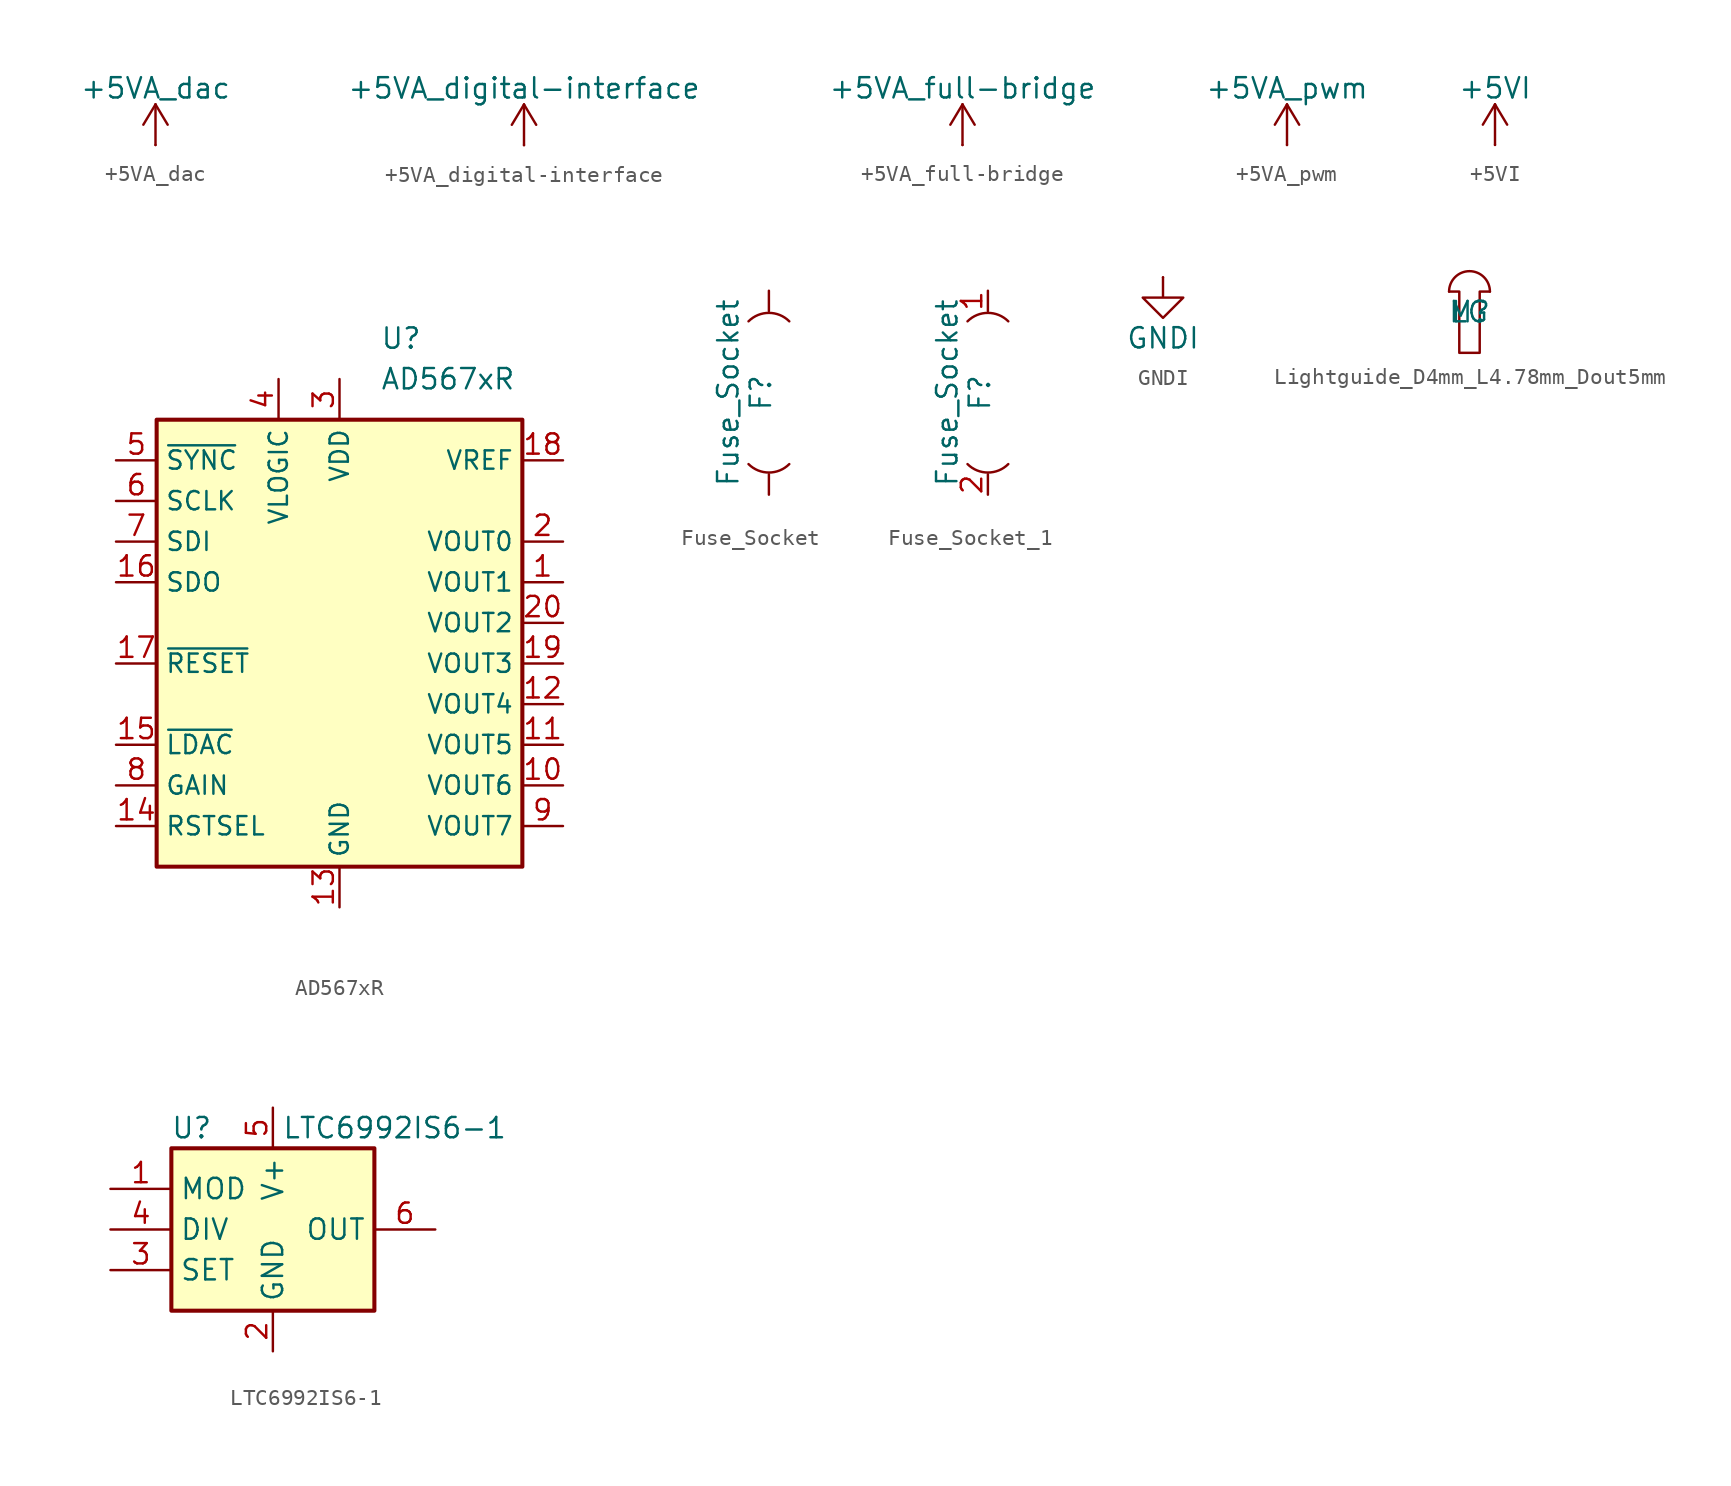
<source format=kicad_sym>
(kicad_symbol_lib
  (version 20231120)
  (generator "kicad_symbol_editor")
  (generator_version "8.0")
  (symbol "+5VA_dac"
    (power)
    (pin_numbers hide)
    (pin_names
      (offset 0) hide)
    (property "Reference" "#PWR"
      (at 0 -3.81 0)
      (effects (font (size 1.27 1.27)) (hide yes)))
    (property "Value" "+5VA_dac"
      (at 0 3.556 0)
      (effects (font (size 1.27 1.27))))
    (symbol "+5VA_dac_0_1"
      (polyline (pts (xy -0.762 1.27) (xy 0 2.54)) (stroke (width 0) (type default)) (fill (type none)))
      (polyline (pts (xy 0 0) (xy 0 2.54)) (stroke (width 0) (type default)) (fill (type none)))
      (polyline (pts (xy 0 2.54) (xy 0.762 1.27)) (stroke (width 0) (type default)) (fill (type none))))
    (symbol "+5VA_dac_1_1"
      (pin power_in line (at 0 0 90) (length 0) (name "~" (effects (font (size 1.27 1.27)))) (number "1" (effects (font (size 1.27 1.27)))))))
  (symbol "+5VA_digital-interface"
    (power)
    (pin_numbers hide)
    (pin_names
      (offset 0) hide)
    (property "Reference" "#PWR"
      (at 0 -3.81 0)
      (effects (font (size 1.27 1.27)) (hide yes)))
    (property "Value" "+5VA_digital-interface"
      (at 0 3.556 0)
      (effects (font (size 1.27 1.27))))
    (symbol "+5VA_digital-interface_0_1"
      (polyline (pts (xy -0.762 1.27) (xy 0 2.54)) (stroke (width 0) (type default)) (fill (type none)))
      (polyline (pts (xy 0 0) (xy 0 2.54)) (stroke (width 0) (type default)) (fill (type none)))
      (polyline (pts (xy 0 2.54) (xy 0.762 1.27)) (stroke (width 0) (type default)) (fill (type none))))
    (symbol "+5VA_digital-interface_1_1"
      (pin power_in line (at 0 0 90) (length 0) (name "~" (effects (font (size 1.27 1.27)))) (number "1" (effects (font (size 1.27 1.27)))))))
  (symbol "+5VA_full-bridge"
    (power)
    (pin_numbers hide)
    (pin_names
      (offset 0) hide)
    (property "Reference" "#PWR"
      (at 0 -3.81 0)
      (effects (font (size 1.27 1.27)) (hide yes)))
    (property "Value" "+5VA_full-bridge"
      (at 0 3.556 0)
      (effects (font (size 1.27 1.27))))
    (symbol "+5VA_full-bridge_0_1"
      (polyline (pts (xy -0.762 1.27) (xy 0 2.54)) (stroke (width 0) (type default)) (fill (type none)))
      (polyline (pts (xy 0 0) (xy 0 2.54)) (stroke (width 0) (type default)) (fill (type none)))
      (polyline (pts (xy 0 2.54) (xy 0.762 1.27)) (stroke (width 0) (type default)) (fill (type none))))
    (symbol "+5VA_full-bridge_1_1"
      (pin power_in line (at 0 0 90) (length 0) (name "~" (effects (font (size 1.27 1.27)))) (number "1" (effects (font (size 1.27 1.27)))))))
  (symbol "+5VA_pwm"
    (power)
    (pin_numbers hide)
    (pin_names
      (offset 0) hide)
    (property "Reference" "#PWR"
      (at 0 -3.81 0)
      (effects (font (size 1.27 1.27)) (hide yes)))
    (property "Value" "+5VA_pwm"
      (at 0 3.556 0)
      (effects (font (size 1.27 1.27))))
    (symbol "+5VA_pwm_0_1"
      (polyline (pts (xy -0.762 1.27) (xy 0 2.54)) (stroke (width 0) (type default)) (fill (type none)))
      (polyline (pts (xy 0 0) (xy 0 2.54)) (stroke (width 0) (type default)) (fill (type none)))
      (polyline (pts (xy 0 2.54) (xy 0.762 1.27)) (stroke (width 0) (type default)) (fill (type none))))
    (symbol "+5VA_pwm_1_1"
      (pin power_in line (at 0 0 90) (length 0) (name "~" (effects (font (size 1.27 1.27)))) (number "1" (effects (font (size 1.27 1.27)))))))
  (symbol "+5VI"
    (power)
    (pin_numbers hide)
    (pin_names
      (offset 0) hide)
    (property "Reference" "#PWR"
      (at 0 -3.81 0)
      (effects (font (size 1.27 1.27)) (hide yes)))
    (property "Value" "+5VI"
      (at 0 3.556 0)
      (effects (font (size 1.27 1.27))))
    (symbol "+5VI_0_1"
      (polyline (pts (xy -0.762 1.27) (xy 0 2.54)) (stroke (width 0) (type default)) (fill (type none)))
      (polyline (pts (xy 0 0) (xy 0 2.54)) (stroke (width 0) (type default)) (fill (type none)))
      (polyline (pts (xy 0 2.54) (xy 0.762 1.27)) (stroke (width 0) (type default)) (fill (type none))))
    (symbol "+5VI_1_1"
      (pin power_in line (at 0 0 90) (length 0) (name "~" (effects (font (size 1.27 1.27)))) (number "1" (effects (font (size 1.27 1.27)))))))
  (symbol "AD567xR"
    (property "Reference" "U"
      (at 2.54 19.05 0)
      (effects (font (size 1.27 1.27)) (justify left)))
    (property "Value" "AD567xR"
      (at 2.54 16.51 0)
      (effects (font (size 1.27 1.27)) (justify left)))
    (symbol "AD567xR_0_1"
      (rectangle (start -11.43 13.97) (end 11.43 -13.97) (stroke (width 0.254) (type default)) (fill (type background))))
    (symbol "AD567xR_1_0"
      (pin input line (at -13.97 -1.27 0) (length 2.54) (name "~{RESET}" (effects (font (size 1.143 1.143)))) (number "17" (effects (font (size 1.27 1.27)))))
      (pin bidirectional line (at 13.97 11.43 180) (length 2.54) (name "VREF" (effects (font (size 1.143 1.143)))) (number "18" (effects (font (size 1.27 1.27)))))
      (pin output line (at 13.97 -1.27 180) (length 2.54) (name "VOUT3" (effects (font (size 1.143 1.143)))) (number "19" (effects (font (size 1.27 1.27)))))
      (pin output line (at 13.97 1.27 180) (length 2.54) (name "VOUT2" (effects (font (size 1.143 1.143)))) (number "20" (effects (font (size 1.27 1.27))))))
    (symbol "AD567xR_1_1"
      (pin output line (at 13.97 3.81 180) (length 2.54) (name "VOUT1" (effects (font (size 1.143 1.143)))) (number "1" (effects (font (size 1.27 1.27)))))
      (pin output line (at 13.97 -8.89 180) (length 2.54) (name "VOUT6" (effects (font (size 1.143 1.143)))) (number "10" (effects (font (size 1.27 1.27)))))
      (pin output line (at 13.97 -6.35 180) (length 2.54) (name "VOUT5" (effects (font (size 1.143 1.143)))) (number "11" (effects (font (size 1.27 1.27)))))
      (pin output line (at 13.97 -3.81 180) (length 2.54) (name "VOUT4" (effects (font (size 1.143 1.143)))) (number "12" (effects (font (size 1.27 1.27)))))
      (pin power_in line (at 0 -16.51 90) (length 2.54) (name "GND" (effects (font (size 1.143 1.143)))) (number "13" (effects (font (size 1.27 1.27)))))
      (pin input line (at -13.97 -11.43 0) (length 2.54) (name "RSTSEL" (effects (font (size 1.143 1.143)))) (number "14" (effects (font (size 1.27 1.27)))))
      (pin input line (at -13.97 -6.35 0) (length 2.54) (name "~{LDAC}" (effects (font (size 1.143 1.143)))) (number "15" (effects (font (size 1.27 1.27)))))
      (pin output line (at -13.97 3.81 0) (length 2.54) (name "SDO" (effects (font (size 1.143 1.143)))) (number "16" (effects (font (size 1.27 1.27)))))
      (pin output line (at 13.97 6.35 180) (length 2.54) (name "VOUT0" (effects (font (size 1.143 1.143)))) (number "2" (effects (font (size 1.27 1.27)))))
      (pin power_in line (at 0 16.51 270) (length 2.54) (name "VDD" (effects (font (size 1.143 1.143)))) (number "3" (effects (font (size 1.27 1.27)))))
      (pin power_in line (at -3.81 16.51 270) (length 2.54) (name "VLOGIC" (effects (font (size 1.143 1.143)))) (number "4" (effects (font (size 1.27 1.27)))))
      (pin input line (at -13.97 11.43 0) (length 2.54) (name "~{SYNC}" (effects (font (size 1.143 1.143)))) (number "5" (effects (font (size 1.27 1.27)))))
      (pin input line (at -13.97 8.89 0) (length 2.54) (name "SCLK" (effects (font (size 1.143 1.143)))) (number "6" (effects (font (size 1.27 1.27)))))
      (pin input line (at -13.97 6.35 0) (length 2.54) (name "SDI" (effects (font (size 1.143 1.143)))) (number "7" (effects (font (size 1.27 1.27)))))
      (pin input line (at -13.97 -8.89 0) (length 2.54) (name "GAIN" (effects (font (size 1.143 1.143)))) (number "8" (effects (font (size 1.27 1.27)))))
      (pin output line (at 13.97 -11.43 180) (length 2.54) (name "VOUT7" (effects (font (size 1.143 1.143)))) (number "9" (effects (font (size 1.27 1.27)))))))
  (symbol "Fuse_Socket"
    (pin_numbers hide)
    (pin_names
      (offset 0))
    (property "Reference" "F"
      (at -0.508 0 90)
      (effects (font (size 1.27 1.27))))
    (property "Value" "Fuse_Socket"
      (at -2.54 0 90)
      (effects (font (size 1.27 1.27))))
    (symbol "Fuse_Socket_0_1"
      (arc (start -1.27 -4.445) (mid 0 -4.9711) (end 1.27 -4.445) (stroke (width 0) (type default)) (fill (type none)))
      (arc (start 1.27 4.4448) (mid 0 4.9709) (end -1.27 4.4448) (stroke (width 0) (type default)) (fill (type none))))
    (symbol "Fuse_Socket_1_1"
      (pin passive line (at 0 6.35 270) (length 1.27) (name "~" (effects (font (size 1.27 1.27)))) (number "1" (effects (font (size 1.27 1.27)))))
      (pin passive line (at 0 -6.35 90) (length 1.27) (name "~" (effects (font (size 1.27 1.27)))) (number "2" (effects (font (size 1.27 1.27)))))))
  (symbol "Fuse_Socket_1"
    (pin_names
      (offset 0))
    (property "Reference" "F"
      (at -0.508 0 90)
      (effects (font (size 1.27 1.27))))
    (property "Value" "Fuse_Socket"
      (at -2.54 0 90)
      (effects (font (size 1.27 1.27))))
    (symbol "Fuse_Socket_1_0_1"
      (arc (start -1.27 -4.445) (mid 0 -4.9711) (end 1.27 -4.445) (stroke (width 0) (type default)) (fill (type none)))
      (arc (start 1.27 4.4448) (mid 0 4.9709) (end -1.27 4.4448) (stroke (width 0) (type default)) (fill (type none))))
    (symbol "Fuse_Socket_1_1_1"
      (pin passive line (at 0 6.35 270) (length 1.27) (name "~" (effects (font (size 1.27 1.27)))) (number "1" (effects (font (size 1.27 1.27)))))
      (pin passive line (at 0 -6.35 90) (length 1.27) (name "~" (effects (font (size 1.27 1.27)))) (number "2" (effects (font (size 1.27 1.27)))))))
  (symbol "GNDI"
    (power)
    (pin_numbers hide)
    (pin_names
      (offset 0) hide)
    (property "Reference" "#PWR"
      (at 0 -6.35 0)
      (effects (font (size 1.27 1.27)) (hide yes)))
    (property "Value" "GNDI"
      (at 0 -3.81 0)
      (effects (font (size 1.27 1.27))))
    (symbol "GNDI_0_1"
      (polyline (pts (xy 0 0) (xy 0 -1.27) (xy 1.27 -1.27) (xy 0 -2.54) (xy -1.27 -1.27) (xy 0 -1.27)) (stroke (width 0) (type default)) (fill (type none))))
    (symbol "GNDI_1_1"
      (pin power_in line (at 0 0 270) (length 0) (name "~" (effects (font (size 1.27 1.27)))) (number "1" (effects (font (size 1.27 1.27)))))))
  (symbol "Lightguide_D4mm_L4.78mm_Dout5mm"
    (property "Reference" "M"
      (at 0 0 0)
      (effects (font (size 1.27 1.27))))
    (property "Value" "LG"
      (at 0 0 0)
      (effects (font (size 1.27 1.27))))
    (symbol "Lightguide_D4mm_L4.78mm_Dout5mm_0_1"
      (polyline (pts (xy -1.27 1.27) (xy -0.635 1.27) (xy -0.635 -2.54) (xy 0.635 -2.54) (xy 0.635 1.27) (xy 1.27 1.27)) (stroke (width 0) (type default)) (fill (type none)))
      (arc (start 1.27 1.27) (mid 0 2.54) (end -1.27 1.27) (stroke (width 0) (type default)) (fill (type none)))))
  (symbol "LTC6992IS6-1"
    (property "Reference" "U"
      (at -5.08 6.35 0)
      (effects (font (size 1.27 1.27))))
    (property "Value" "LTC6992IS6-1"
      (at 7.62 6.35 0)
      (effects (font (size 1.27 1.27))))
    (symbol "LTC6992IS6-1_0_1"
      (rectangle (start -6.35 5.08) (end 6.35 -5.08) (stroke (width 0.254) (type default)) (fill (type background))))
    (symbol "LTC6992IS6-1_1_1"
      (pin input line (at -10.16 2.54 0) (length 3.81) (name "MOD" (effects (font (size 1.27 1.27)))) (number "1" (effects (font (size 1.27 1.27)))))
      (pin power_in line (at 0 -7.62 90) (length 2.54) (name "GND" (effects (font (size 1.27 1.27)))) (number "2" (effects (font (size 1.27 1.27)))))
      (pin output line (at -10.16 -2.54 0) (length 3.81) (name "SET" (effects (font (size 1.27 1.27)))) (number "3" (effects (font (size 1.27 1.27)))))
      (pin input line (at -10.16 0 0) (length 3.81) (name "DIV" (effects (font (size 1.27 1.27)))) (number "4" (effects (font (size 1.27 1.27)))))
      (pin power_in line (at 0 7.62 270) (length 2.54) (name "V+" (effects (font (size 1.27 1.27)))) (number "5" (effects (font (size 1.27 1.27)))))
      (pin output line (at 10.16 0 180) (length 3.81) (name "OUT" (effects (font (size 1.27 1.27)))) (number "6" (effects (font (size 1.27 1.27))))))))
</source>
